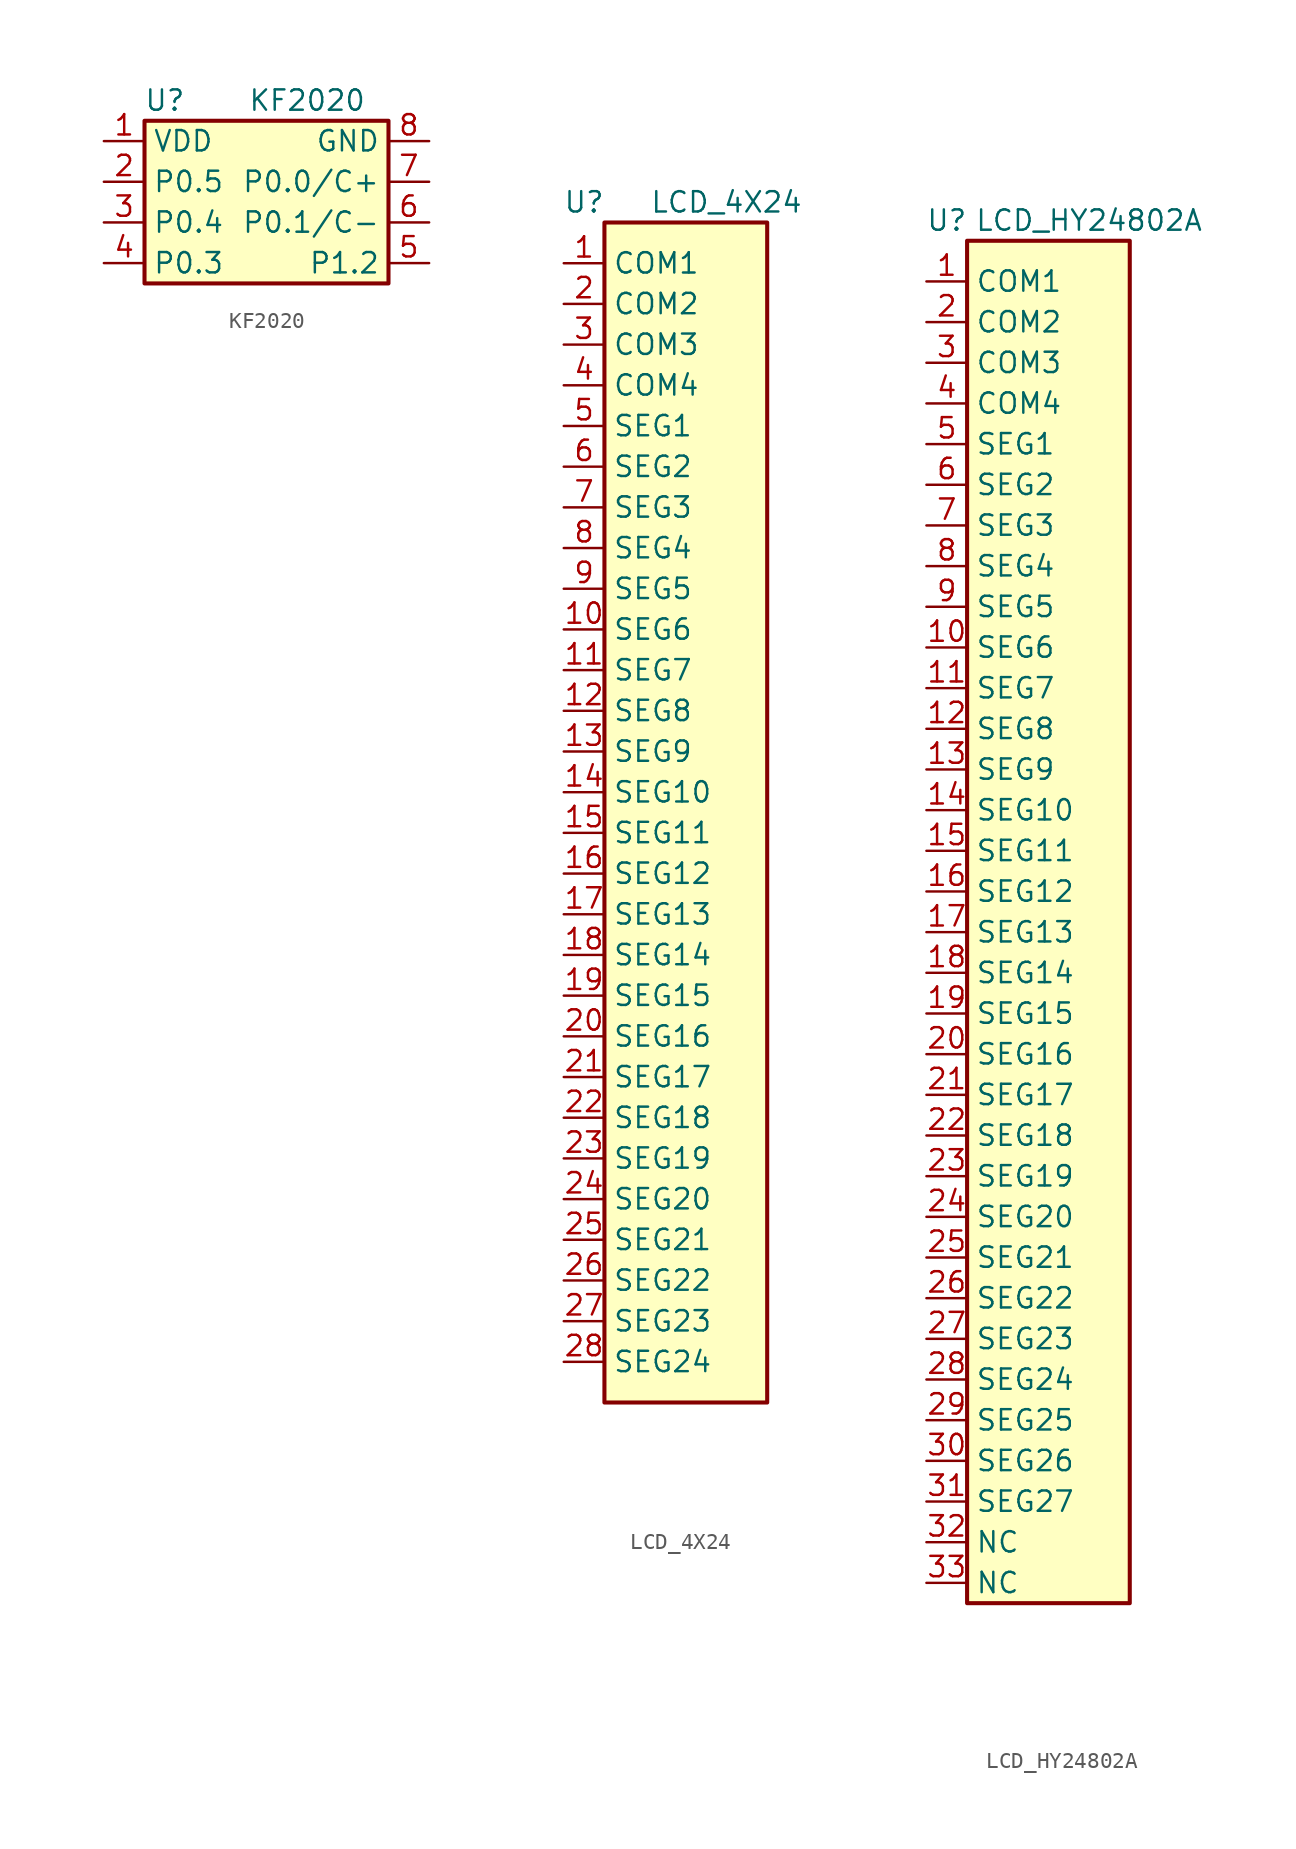
<source format=kicad_sym>
(kicad_symbol_lib
  (version 20211014)
  (generator kicad_symbol_editor)
  (symbol "KF2020"
    (property "Reference" "U"
      (at -6.35 6.35 0)
      (effects (font (size 1.27 1.27))))
    (property "Value" "KF2020"
      (at 2.54 6.35 0)
      (effects (font (size 1.27 1.27))))
    (symbol "KF2020_0_1"
      (rectangle (start -7.62 5.08) (end 7.62 -5.08) (stroke (width 0.254) (type default) (color 0 0 0 0)) (fill (type background))))
    (symbol "KF2020_1_1"
      (pin power_in line (at -10.16 3.81 0) (length 2.54) (name "VDD" (effects (font (size 1.27 1.27)))) (number "1" (effects (font (size 1.27 1.27)))))
      (pin bidirectional line (at -10.16 1.27 0) (length 2.54) (name "P0.5" (effects (font (size 1.27 1.27)))) (number "2" (effects (font (size 1.27 1.27)))))
      (pin bidirectional line (at -10.16 -1.27 0) (length 2.54) (name "P0.4" (effects (font (size 1.27 1.27)))) (number "3" (effects (font (size 1.27 1.27)))))
      (pin bidirectional line (at -10.16 -3.81 0) (length 2.54) (name "P0.3" (effects (font (size 1.27 1.27)))) (number "4" (effects (font (size 1.27 1.27)))))
      (pin bidirectional line (at 10.16 -3.81 180) (length 2.54) (name "P1.2" (effects (font (size 1.27 1.27)))) (number "5" (effects (font (size 1.27 1.27)))))
      (pin bidirectional line (at 10.16 -1.27 180) (length 2.54) (name "P0.1/C-" (effects (font (size 1.27 1.27)))) (number "6" (effects (font (size 1.27 1.27)))))
      (pin bidirectional line (at 10.16 1.27 180) (length 2.54) (name "P0.0/C+" (effects (font (size 1.27 1.27)))) (number "7" (effects (font (size 1.27 1.27)))))
      (pin power_in line (at 10.16 3.81 180) (length 2.54) (name "GND" (effects (font (size 1.27 1.27)))) (number "8" (effects (font (size 1.27 1.27)))))))
  (symbol "LCD_4X24"
    (property "Reference" "U"
      (at -6.35 43.18 0)
      (effects (font (size 1.27 1.27))))
    (property "Value" "LCD_4X24"
      (at 2.54 43.18 0)
      (effects (font (size 1.27 1.27))))
    (symbol "LCD_4X24_0_1"
      (rectangle (start -5.08 41.91) (end 5.08 -31.75) (stroke (width 0.254) (type default) (color 0 0 0 0)) (fill (type background))))
    (symbol "LCD_4X24_1_1"
      (pin passive line (at -7.62 39.37 0) (length 2.54) (name "COM1" (effects (font (size 1.27 1.27)))) (number "1" (effects (font (size 1.27 1.27)))))
      (pin passive line (at -7.62 16.51 0) (length 2.54) (name "SEG6" (effects (font (size 1.27 1.27)))) (number "10" (effects (font (size 1.27 1.27)))))
      (pin passive line (at -7.62 13.97 0) (length 2.54) (name "SEG7" (effects (font (size 1.27 1.27)))) (number "11" (effects (font (size 1.27 1.27)))))
      (pin passive line (at -7.62 11.43 0) (length 2.54) (name "SEG8" (effects (font (size 1.27 1.27)))) (number "12" (effects (font (size 1.27 1.27)))))
      (pin passive line (at -7.62 8.89 0) (length 2.54) (name "SEG9" (effects (font (size 1.27 1.27)))) (number "13" (effects (font (size 1.27 1.27)))))
      (pin passive line (at -7.62 6.35 0) (length 2.54) (name "SEG10" (effects (font (size 1.27 1.27)))) (number "14" (effects (font (size 1.27 1.27)))))
      (pin passive line (at -7.62 3.81 0) (length 2.54) (name "SEG11" (effects (font (size 1.27 1.27)))) (number "15" (effects (font (size 1.27 1.27)))))
      (pin passive line (at -7.62 1.27 0) (length 2.54) (name "SEG12" (effects (font (size 1.27 1.27)))) (number "16" (effects (font (size 1.27 1.27)))))
      (pin passive line (at -7.62 -1.27 0) (length 2.54) (name "SEG13" (effects (font (size 1.27 1.27)))) (number "17" (effects (font (size 1.27 1.27)))))
      (pin passive line (at -7.62 -3.81 0) (length 2.54) (name "SEG14" (effects (font (size 1.27 1.27)))) (number "18" (effects (font (size 1.27 1.27)))))
      (pin passive line (at -7.62 -6.35 0) (length 2.54) (name "SEG15" (effects (font (size 1.27 1.27)))) (number "19" (effects (font (size 1.27 1.27)))))
      (pin passive line (at -7.62 36.83 0) (length 2.54) (name "COM2" (effects (font (size 1.27 1.27)))) (number "2" (effects (font (size 1.27 1.27)))))
      (pin passive line (at -7.62 -8.89 0) (length 2.54) (name "SEG16" (effects (font (size 1.27 1.27)))) (number "20" (effects (font (size 1.27 1.27)))))
      (pin passive line (at -7.62 -11.43 0) (length 2.54) (name "SEG17" (effects (font (size 1.27 1.27)))) (number "21" (effects (font (size 1.27 1.27)))))
      (pin passive line (at -7.62 -13.97 0) (length 2.54) (name "SEG18" (effects (font (size 1.27 1.27)))) (number "22" (effects (font (size 1.27 1.27)))))
      (pin passive line (at -7.62 -16.51 0) (length 2.54) (name "SEG19" (effects (font (size 1.27 1.27)))) (number "23" (effects (font (size 1.27 1.27)))))
      (pin passive line (at -7.62 -19.05 0) (length 2.54) (name "SEG20" (effects (font (size 1.27 1.27)))) (number "24" (effects (font (size 1.27 1.27)))))
      (pin passive line (at -7.62 -21.59 0) (length 2.54) (name "SEG21" (effects (font (size 1.27 1.27)))) (number "25" (effects (font (size 1.27 1.27)))))
      (pin passive line (at -7.62 -24.13 0) (length 2.54) (name "SEG22" (effects (font (size 1.27 1.27)))) (number "26" (effects (font (size 1.27 1.27)))))
      (pin passive line (at -7.62 -26.67 0) (length 2.54) (name "SEG23" (effects (font (size 1.27 1.27)))) (number "27" (effects (font (size 1.27 1.27)))))
      (pin passive line (at -7.62 -29.21 0) (length 2.54) (name "SEG24" (effects (font (size 1.27 1.27)))) (number "28" (effects (font (size 1.27 1.27)))))
      (pin passive line (at -7.62 34.29 0) (length 2.54) (name "COM3" (effects (font (size 1.27 1.27)))) (number "3" (effects (font (size 1.27 1.27)))))
      (pin passive line (at -7.62 31.75 0) (length 2.54) (name "COM4" (effects (font (size 1.27 1.27)))) (number "4" (effects (font (size 1.27 1.27)))))
      (pin passive line (at -7.62 29.21 0) (length 2.54) (name "SEG1" (effects (font (size 1.27 1.27)))) (number "5" (effects (font (size 1.27 1.27)))))
      (pin passive line (at -7.62 26.67 0) (length 2.54) (name "SEG2" (effects (font (size 1.27 1.27)))) (number "6" (effects (font (size 1.27 1.27)))))
      (pin passive line (at -7.62 24.13 0) (length 2.54) (name "SEG3" (effects (font (size 1.27 1.27)))) (number "7" (effects (font (size 1.27 1.27)))))
      (pin passive line (at -7.62 21.59 0) (length 2.54) (name "SEG4" (effects (font (size 1.27 1.27)))) (number "8" (effects (font (size 1.27 1.27)))))
      (pin passive line (at -7.62 19.05 0) (length 2.54) (name "SEG5" (effects (font (size 1.27 1.27)))) (number "9" (effects (font (size 1.27 1.27)))))))
  (symbol "LCD_HY24802A"
    (property "Reference" "U"
      (at -6.35 43.18 0)
      (effects (font (size 1.27 1.27))))
    (property "Value" "LCD_HY24802A"
      (at 2.54 43.18 0)
      (effects (font (size 1.27 1.27))))
    (symbol "LCD_HY24802A_0_1"
      (rectangle (start -5.08 41.91) (end 5.08 -43.18) (stroke (width 0.254) (type default) (color 0 0 0 0)) (fill (type background))))
    (symbol "LCD_HY24802A_1_1"
      (pin passive line (at -7.62 39.37 0) (length 2.54) (name "COM1" (effects (font (size 1.27 1.27)))) (number "1" (effects (font (size 1.27 1.27)))))
      (pin passive line (at -7.62 16.51 0) (length 2.54) (name "SEG6" (effects (font (size 1.27 1.27)))) (number "10" (effects (font (size 1.27 1.27)))))
      (pin passive line (at -7.62 13.97 0) (length 2.54) (name "SEG7" (effects (font (size 1.27 1.27)))) (number "11" (effects (font (size 1.27 1.27)))))
      (pin passive line (at -7.62 11.43 0) (length 2.54) (name "SEG8" (effects (font (size 1.27 1.27)))) (number "12" (effects (font (size 1.27 1.27)))))
      (pin passive line (at -7.62 8.89 0) (length 2.54) (name "SEG9" (effects (font (size 1.27 1.27)))) (number "13" (effects (font (size 1.27 1.27)))))
      (pin passive line (at -7.62 6.35 0) (length 2.54) (name "SEG10" (effects (font (size 1.27 1.27)))) (number "14" (effects (font (size 1.27 1.27)))))
      (pin passive line (at -7.62 3.81 0) (length 2.54) (name "SEG11" (effects (font (size 1.27 1.27)))) (number "15" (effects (font (size 1.27 1.27)))))
      (pin passive line (at -7.62 1.27 0) (length 2.54) (name "SEG12" (effects (font (size 1.27 1.27)))) (number "16" (effects (font (size 1.27 1.27)))))
      (pin passive line (at -7.62 -1.27 0) (length 2.54) (name "SEG13" (effects (font (size 1.27 1.27)))) (number "17" (effects (font (size 1.27 1.27)))))
      (pin passive line (at -7.62 -3.81 0) (length 2.54) (name "SEG14" (effects (font (size 1.27 1.27)))) (number "18" (effects (font (size 1.27 1.27)))))
      (pin passive line (at -7.62 -6.35 0) (length 2.54) (name "SEG15" (effects (font (size 1.27 1.27)))) (number "19" (effects (font (size 1.27 1.27)))))
      (pin passive line (at -7.62 36.83 0) (length 2.54) (name "COM2" (effects (font (size 1.27 1.27)))) (number "2" (effects (font (size 1.27 1.27)))))
      (pin passive line (at -7.62 -8.89 0) (length 2.54) (name "SEG16" (effects (font (size 1.27 1.27)))) (number "20" (effects (font (size 1.27 1.27)))))
      (pin passive line (at -7.62 -11.43 0) (length 2.54) (name "SEG17" (effects (font (size 1.27 1.27)))) (number "21" (effects (font (size 1.27 1.27)))))
      (pin passive line (at -7.62 -13.97 0) (length 2.54) (name "SEG18" (effects (font (size 1.27 1.27)))) (number "22" (effects (font (size 1.27 1.27)))))
      (pin passive line (at -7.62 -16.51 0) (length 2.54) (name "SEG19" (effects (font (size 1.27 1.27)))) (number "23" (effects (font (size 1.27 1.27)))))
      (pin passive line (at -7.62 -19.05 0) (length 2.54) (name "SEG20" (effects (font (size 1.27 1.27)))) (number "24" (effects (font (size 1.27 1.27)))))
      (pin passive line (at -7.62 -21.59 0) (length 2.54) (name "SEG21" (effects (font (size 1.27 1.27)))) (number "25" (effects (font (size 1.27 1.27)))))
      (pin passive line (at -7.62 -24.13 0) (length 2.54) (name "SEG22" (effects (font (size 1.27 1.27)))) (number "26" (effects (font (size 1.27 1.27)))))
      (pin passive line (at -7.62 -26.67 0) (length 2.54) (name "SEG23" (effects (font (size 1.27 1.27)))) (number "27" (effects (font (size 1.27 1.27)))))
      (pin passive line (at -7.62 -29.21 0) (length 2.54) (name "SEG24" (effects (font (size 1.27 1.27)))) (number "28" (effects (font (size 1.27 1.27)))))
      (pin passive line (at -7.62 -31.75 0) (length 2.54) (name "SEG25" (effects (font (size 1.27 1.27)))) (number "29" (effects (font (size 1.27 1.27)))))
      (pin passive line (at -7.62 34.29 0) (length 2.54) (name "COM3" (effects (font (size 1.27 1.27)))) (number "3" (effects (font (size 1.27 1.27)))))
      (pin passive line (at -7.62 -34.29 0) (length 2.54) (name "SEG26" (effects (font (size 1.27 1.27)))) (number "30" (effects (font (size 1.27 1.27)))))
      (pin passive line (at -7.62 -36.83 0) (length 2.54) (name "SEG27" (effects (font (size 1.27 1.27)))) (number "31" (effects (font (size 1.27 1.27)))))
      (pin passive line (at -7.62 -39.37 0) (length 2.54) (name "NC" (effects (font (size 1.27 1.27)))) (number "32" (effects (font (size 1.27 1.27)))))
      (pin passive line (at -7.62 -41.91 0) (length 2.54) (name "NC" (effects (font (size 1.27 1.27)))) (number "33" (effects (font (size 1.27 1.27)))))
      (pin passive line (at -7.62 31.75 0) (length 2.54) (name "COM4" (effects (font (size 1.27 1.27)))) (number "4" (effects (font (size 1.27 1.27)))))
      (pin passive line (at -7.62 29.21 0) (length 2.54) (name "SEG1" (effects (font (size 1.27 1.27)))) (number "5" (effects (font (size 1.27 1.27)))))
      (pin passive line (at -7.62 26.67 0) (length 2.54) (name "SEG2" (effects (font (size 1.27 1.27)))) (number "6" (effects (font (size 1.27 1.27)))))
      (pin passive line (at -7.62 24.13 0) (length 2.54) (name "SEG3" (effects (font (size 1.27 1.27)))) (number "7" (effects (font (size 1.27 1.27)))))
      (pin passive line (at -7.62 21.59 0) (length 2.54) (name "SEG4" (effects (font (size 1.27 1.27)))) (number "8" (effects (font (size 1.27 1.27)))))
      (pin passive line (at -7.62 19.05 0) (length 2.54) (name "SEG5" (effects (font (size 1.27 1.27)))) (number "9" (effects (font (size 1.27 1.27))))))))
</source>
